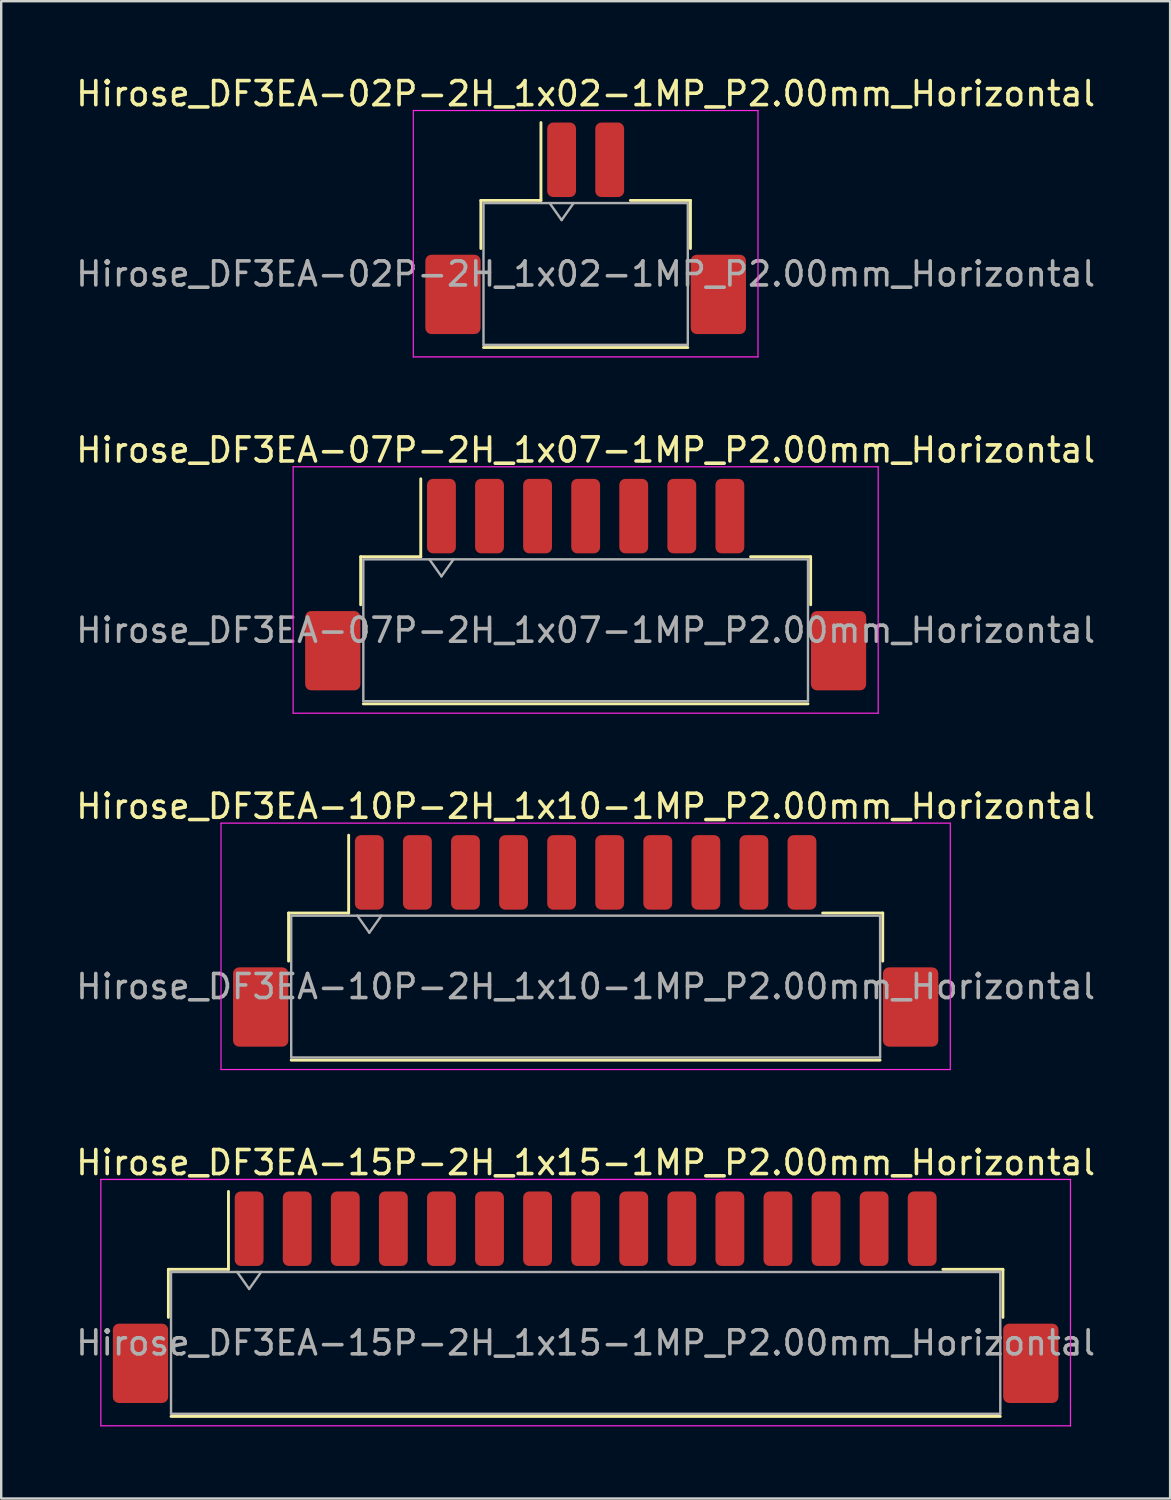
<source format=kicad_pcb>
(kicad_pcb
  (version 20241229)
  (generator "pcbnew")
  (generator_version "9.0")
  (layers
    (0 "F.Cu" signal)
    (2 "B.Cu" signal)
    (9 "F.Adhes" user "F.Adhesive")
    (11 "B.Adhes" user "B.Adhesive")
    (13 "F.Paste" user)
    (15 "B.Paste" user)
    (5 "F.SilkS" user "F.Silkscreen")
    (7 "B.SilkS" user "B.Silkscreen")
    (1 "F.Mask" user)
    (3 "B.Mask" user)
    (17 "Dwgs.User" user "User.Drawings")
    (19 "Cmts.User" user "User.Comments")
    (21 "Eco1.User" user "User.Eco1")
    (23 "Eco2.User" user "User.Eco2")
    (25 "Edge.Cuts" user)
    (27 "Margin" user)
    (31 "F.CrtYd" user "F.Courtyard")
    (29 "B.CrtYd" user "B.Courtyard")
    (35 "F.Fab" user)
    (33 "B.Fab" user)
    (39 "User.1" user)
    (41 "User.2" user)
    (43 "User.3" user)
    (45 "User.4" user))
  (footprint "Hirose_DF3EA-07P-2H_1x07-1MP_P2.00mm_Horizontal"
    (layer "F.Cu")
    (at 21.315 21.271)
    (property "Reference" "Hirose_DF3EA-07P-2H_1x07-1MP_P2.00mm_Horizontal" (at 0 -5.6 0) (layer "F.SilkS") (effects (font (size 1 1) (thickness 0.15))))
    (attr smd)
    (fp_line (start -9.36 -1.16) (end -6.86 -1.16) (stroke (width 0.12) (type solid)) (layer "F.SilkS"))
    (fp_line (start -9.36 0.84) (end -9.36 -1.16) (stroke (width 0.12) (type solid)) (layer "F.SilkS"))
    (fp_line (start -9.25 4.96) (end 9.25 4.96) (stroke (width 0.12) (type solid)) (layer "F.SilkS"))
    (fp_line (start -6.86 -1.16) (end -6.86 -4.4) (stroke (width 0.12) (type solid)) (layer "F.SilkS"))
    (fp_line (start 9.36 -1.16) (end 6.86 -1.16) (stroke (width 0.12) (type solid)) (layer "F.SilkS"))
    (fp_line (start 9.36 0.84) (end 9.36 -1.16) (stroke (width 0.12) (type solid)) (layer "F.SilkS"))
    (fp_line (start -12.17 -4.9) (end -12.17 5.35) (stroke (width 0.05) (type solid)) (layer "F.CrtYd"))
    (fp_line (start -12.17 5.35) (end 12.17 5.35) (stroke (width 0.05) (type solid)) (layer "F.CrtYd"))
    (fp_line (start 12.17 -4.9) (end -12.17 -4.9) (stroke (width 0.05) (type solid)) (layer "F.CrtYd"))
    (fp_line (start 12.17 5.35) (end 12.17 -4.9) (stroke (width 0.05) (type solid)) (layer "F.CrtYd"))
    (fp_line (start -9.25 -1.05) (end -9.25 4.85) (stroke (width 0.1) (type solid)) (layer "F.Fab"))
    (fp_line (start -9.25 -1.05) (end 9.25 -1.05) (stroke (width 0.1) (type solid)) (layer "F.Fab"))
    (fp_line (start -9.25 4.85) (end 9.25 4.85) (stroke (width 0.1) (type solid)) (layer "F.Fab"))
    (fp_line (start -6.5 -1.05) (end -6 -0.343) (stroke (width 0.1) (type solid)) (layer "F.Fab"))
    (fp_line (start -6 -0.343) (end -5.5 -1.05) (stroke (width 0.1) (type solid)) (layer "F.Fab"))
    (fp_line (start 9.25 -1.05) (end 9.25 4.85) (stroke (width 0.1) (type solid)) (layer "F.Fab"))
    (fp_text user "${REFERENCE}" (at 0 1.9 0) (layer "F.Fab") (effects (font (size 1 1) (thickness 0.15))))
    (pad "1" smd roundrect (at -6 -2.85) (size 1.2 3.1) (layers "F.Cu" "F.Mask" "F.Paste") (roundrect_rratio 0.208))
    (pad "2" smd roundrect (at -4 -2.85) (size 1.2 3.1) (layers "F.Cu" "F.Mask" "F.Paste") (roundrect_rratio 0.208))
    (pad "3" smd roundrect (at -2 -2.85) (size 1.2 3.1) (layers "F.Cu" "F.Mask" "F.Paste") (roundrect_rratio 0.208))
    (pad "4" smd roundrect (at 0 -2.85) (size 1.2 3.1) (layers "F.Cu" "F.Mask" "F.Paste") (roundrect_rratio 0.208))
    (pad "5" smd roundrect (at 2 -2.85) (size 1.2 3.1) (layers "F.Cu" "F.Mask" "F.Paste") (roundrect_rratio 0.208))
    (pad "6" smd roundrect (at 4 -2.85) (size 1.2 3.1) (layers "F.Cu" "F.Mask" "F.Paste") (roundrect_rratio 0.208))
    (pad "7" smd roundrect (at 6 -2.85) (size 1.2 3.1) (layers "F.Cu" "F.Mask" "F.Paste") (roundrect_rratio 0.208))
    (pad "MP" smd roundrect (at -10.52 2.75) (size 2.3 3.3) (layers "F.Cu" "F.Mask" "F.Paste") (roundrect_rratio 0.109))
    (pad "MP" smd roundrect (at 10.52 2.75) (size 2.3 3.3) (layers "F.Cu" "F.Mask" "F.Paste") (roundrect_rratio 0.109)))
  (footprint "Hirose_DF3EA-10P-2H_1x10-1MP_P2.00mm_Horizontal"
    (layer "F.Cu")
    (at 21.315 36.095)
    (property "Reference" "Hirose_DF3EA-10P-2H_1x10-1MP_P2.00mm_Horizontal" (at 0 -5.6 0) (layer "F.SilkS") (effects (font (size 1 1) (thickness 0.15))))
    (attr smd)
    (fp_line (start -12.36 -1.16) (end -9.86 -1.16) (stroke (width 0.12) (type solid)) (layer "F.SilkS"))
    (fp_line (start -12.36 0.84) (end -12.36 -1.16) (stroke (width 0.12) (type solid)) (layer "F.SilkS"))
    (fp_line (start -12.25 4.96) (end 12.25 4.96) (stroke (width 0.12) (type solid)) (layer "F.SilkS"))
    (fp_line (start -9.86 -1.16) (end -9.86 -4.4) (stroke (width 0.12) (type solid)) (layer "F.SilkS"))
    (fp_line (start 12.36 -1.16) (end 9.86 -1.16) (stroke (width 0.12) (type solid)) (layer "F.SilkS"))
    (fp_line (start 12.36 0.84) (end 12.36 -1.16) (stroke (width 0.12) (type solid)) (layer "F.SilkS"))
    (fp_line (start -15.17 -4.9) (end -15.17 5.35) (stroke (width 0.05) (type solid)) (layer "F.CrtYd"))
    (fp_line (start -15.17 5.35) (end 15.17 5.35) (stroke (width 0.05) (type solid)) (layer "F.CrtYd"))
    (fp_line (start 15.17 -4.9) (end -15.17 -4.9) (stroke (width 0.05) (type solid)) (layer "F.CrtYd"))
    (fp_line (start 15.17 5.35) (end 15.17 -4.9) (stroke (width 0.05) (type solid)) (layer "F.CrtYd"))
    (fp_line (start -12.25 -1.05) (end -12.25 4.85) (stroke (width 0.1) (type solid)) (layer "F.Fab"))
    (fp_line (start -12.25 -1.05) (end 12.25 -1.05) (stroke (width 0.1) (type solid)) (layer "F.Fab"))
    (fp_line (start -12.25 4.85) (end 12.25 4.85) (stroke (width 0.1) (type solid)) (layer "F.Fab"))
    (fp_line (start -9.5 -1.05) (end -9 -0.343) (stroke (width 0.1) (type solid)) (layer "F.Fab"))
    (fp_line (start -9 -0.343) (end -8.5 -1.05) (stroke (width 0.1) (type solid)) (layer "F.Fab"))
    (fp_line (start 12.25 -1.05) (end 12.25 4.85) (stroke (width 0.1) (type solid)) (layer "F.Fab"))
    (fp_text user "${REFERENCE}" (at 0 1.9 0) (layer "F.Fab") (effects (font (size 1 1) (thickness 0.15))))
    (pad "1" smd roundrect (at -9 -2.85) (size 1.2 3.1) (layers "F.Cu" "F.Mask" "F.Paste") (roundrect_rratio 0.208))
    (pad "2" smd roundrect (at -7 -2.85) (size 1.2 3.1) (layers "F.Cu" "F.Mask" "F.Paste") (roundrect_rratio 0.208))
    (pad "3" smd roundrect (at -5 -2.85) (size 1.2 3.1) (layers "F.Cu" "F.Mask" "F.Paste") (roundrect_rratio 0.208))
    (pad "4" smd roundrect (at -3 -2.85) (size 1.2 3.1) (layers "F.Cu" "F.Mask" "F.Paste") (roundrect_rratio 0.208))
    (pad "5" smd roundrect (at -1 -2.85) (size 1.2 3.1) (layers "F.Cu" "F.Mask" "F.Paste") (roundrect_rratio 0.208))
    (pad "6" smd roundrect (at 1 -2.85) (size 1.2 3.1) (layers "F.Cu" "F.Mask" "F.Paste") (roundrect_rratio 0.208))
    (pad "7" smd roundrect (at 3 -2.85) (size 1.2 3.1) (layers "F.Cu" "F.Mask" "F.Paste") (roundrect_rratio 0.208))
    (pad "8" smd roundrect (at 5 -2.85) (size 1.2 3.1) (layers "F.Cu" "F.Mask" "F.Paste") (roundrect_rratio 0.208))
    (pad "9" smd roundrect (at 7 -2.85) (size 1.2 3.1) (layers "F.Cu" "F.Mask" "F.Paste") (roundrect_rratio 0.208))
    (pad "10" smd roundrect (at 9 -2.85) (size 1.2 3.1) (layers "F.Cu" "F.Mask" "F.Paste") (roundrect_rratio 0.208))
    (pad "MP" smd roundrect (at -13.52 2.75) (size 2.3 3.3) (layers "F.Cu" "F.Mask" "F.Paste") (roundrect_rratio 0.109))
    (pad "MP" smd roundrect (at 13.52 2.75) (size 2.3 3.3) (layers "F.Cu" "F.Mask" "F.Paste") (roundrect_rratio 0.109)))
  (footprint "Hirose_DF3EA-02P-2H_1x02-1MP_P2.00mm_Horizontal"
    (layer "F.Cu")
    (at 21.315 6.448)
    (property "Reference" "Hirose_DF3EA-02P-2H_1x02-1MP_P2.00mm_Horizontal" (at 0 -5.6 0) (layer "F.SilkS") (effects (font (size 1 1) (thickness 0.15))))
    (attr smd)
    (fp_line (start -4.36 -1.16) (end -1.86 -1.16) (stroke (width 0.12) (type solid)) (layer "F.SilkS"))
    (fp_line (start -4.36 0.84) (end -4.36 -1.16) (stroke (width 0.12) (type solid)) (layer "F.SilkS"))
    (fp_line (start -4.25 4.96) (end 4.25 4.96) (stroke (width 0.12) (type solid)) (layer "F.SilkS"))
    (fp_line (start -1.86 -1.16) (end -1.86 -4.4) (stroke (width 0.12) (type solid)) (layer "F.SilkS"))
    (fp_line (start 4.36 -1.16) (end 1.86 -1.16) (stroke (width 0.12) (type solid)) (layer "F.SilkS"))
    (fp_line (start 4.36 0.84) (end 4.36 -1.16) (stroke (width 0.12) (type solid)) (layer "F.SilkS"))
    (fp_line (start -7.17 -4.9) (end -7.17 5.35) (stroke (width 0.05) (type solid)) (layer "F.CrtYd"))
    (fp_line (start -7.17 5.35) (end 7.17 5.35) (stroke (width 0.05) (type solid)) (layer "F.CrtYd"))
    (fp_line (start 7.17 -4.9) (end -7.17 -4.9) (stroke (width 0.05) (type solid)) (layer "F.CrtYd"))
    (fp_line (start 7.17 5.35) (end 7.17 -4.9) (stroke (width 0.05) (type solid)) (layer "F.CrtYd"))
    (fp_line (start -4.25 -1.05) (end -4.25 4.85) (stroke (width 0.1) (type solid)) (layer "F.Fab"))
    (fp_line (start -4.25 -1.05) (end 4.25 -1.05) (stroke (width 0.1) (type solid)) (layer "F.Fab"))
    (fp_line (start -4.25 4.85) (end 4.25 4.85) (stroke (width 0.1) (type solid)) (layer "F.Fab"))
    (fp_line (start -1.5 -1.05) (end -1 -0.343) (stroke (width 0.1) (type solid)) (layer "F.Fab"))
    (fp_line (start -1 -0.343) (end -0.5 -1.05) (stroke (width 0.1) (type solid)) (layer "F.Fab"))
    (fp_line (start 4.25 -1.05) (end 4.25 4.85) (stroke (width 0.1) (type solid)) (layer "F.Fab"))
    (fp_text user "${REFERENCE}" (at 0 1.9 0) (layer "F.Fab") (effects (font (size 1 1) (thickness 0.15))))
    (pad "1" smd roundrect (at -1 -2.85) (size 1.2 3.1) (layers "F.Cu" "F.Mask" "F.Paste") (roundrect_rratio 0.208))
    (pad "2" smd roundrect (at 1 -2.85) (size 1.2 3.1) (layers "F.Cu" "F.Mask" "F.Paste") (roundrect_rratio 0.208))
    (pad "MP" smd roundrect (at -5.52 2.75) (size 2.3 3.3) (layers "F.Cu" "F.Mask" "F.Paste") (roundrect_rratio 0.109))
    (pad "MP" smd roundrect (at 5.52 2.75) (size 2.3 3.3) (layers "F.Cu" "F.Mask" "F.Paste") (roundrect_rratio 0.109)))
  (footprint "Hirose_DF3EA-15P-2H_1x15-1MP_P2.00mm_Horizontal"
    (layer "F.Cu")
    (at 21.315 50.918)
    (property "Reference" "Hirose_DF3EA-15P-2H_1x15-1MP_P2.00mm_Horizontal" (at 0 -5.6 0) (layer "F.SilkS") (effects (font (size 1 1) (thickness 0.15))))
    (attr smd)
    (fp_line (start -17.36 -1.16) (end -14.86 -1.16) (stroke (width 0.12) (type solid)) (layer "F.SilkS"))
    (fp_line (start -17.36 0.84) (end -17.36 -1.16) (stroke (width 0.12) (type solid)) (layer "F.SilkS"))
    (fp_line (start -17.25 4.96) (end 17.25 4.96) (stroke (width 0.12) (type solid)) (layer "F.SilkS"))
    (fp_line (start -14.86 -1.16) (end -14.86 -4.4) (stroke (width 0.12) (type solid)) (layer "F.SilkS"))
    (fp_line (start 17.36 -1.16) (end 14.86 -1.16) (stroke (width 0.12) (type solid)) (layer "F.SilkS"))
    (fp_line (start 17.36 0.84) (end 17.36 -1.16) (stroke (width 0.12) (type solid)) (layer "F.SilkS"))
    (fp_line (start -20.17 -4.9) (end -20.17 5.35) (stroke (width 0.05) (type solid)) (layer "F.CrtYd"))
    (fp_line (start -20.17 5.35) (end 20.17 5.35) (stroke (width 0.05) (type solid)) (layer "F.CrtYd"))
    (fp_line (start 20.17 -4.9) (end -20.17 -4.9) (stroke (width 0.05) (type solid)) (layer "F.CrtYd"))
    (fp_line (start 20.17 5.35) (end 20.17 -4.9) (stroke (width 0.05) (type solid)) (layer "F.CrtYd"))
    (fp_line (start -17.25 -1.05) (end -17.25 4.85) (stroke (width 0.1) (type solid)) (layer "F.Fab"))
    (fp_line (start -17.25 -1.05) (end 17.25 -1.05) (stroke (width 0.1) (type solid)) (layer "F.Fab"))
    (fp_line (start -17.25 4.85) (end 17.25 4.85) (stroke (width 0.1) (type solid)) (layer "F.Fab"))
    (fp_line (start -14.5 -1.05) (end -14 -0.343) (stroke (width 0.1) (type solid)) (layer "F.Fab"))
    (fp_line (start -14 -0.343) (end -13.5 -1.05) (stroke (width 0.1) (type solid)) (layer "F.Fab"))
    (fp_line (start 17.25 -1.05) (end 17.25 4.85) (stroke (width 0.1) (type solid)) (layer "F.Fab"))
    (fp_text user "${REFERENCE}" (at 0 1.9 0) (layer "F.Fab") (effects (font (size 1 1) (thickness 0.15))))
    (pad "1" smd roundrect (at -14 -2.85) (size 1.2 3.1) (layers "F.Cu" "F.Mask" "F.Paste") (roundrect_rratio 0.208))
    (pad "2" smd roundrect (at -12 -2.85) (size 1.2 3.1) (layers "F.Cu" "F.Mask" "F.Paste") (roundrect_rratio 0.208))
    (pad "3" smd roundrect (at -10 -2.85) (size 1.2 3.1) (layers "F.Cu" "F.Mask" "F.Paste") (roundrect_rratio 0.208))
    (pad "4" smd roundrect (at -8 -2.85) (size 1.2 3.1) (layers "F.Cu" "F.Mask" "F.Paste") (roundrect_rratio 0.208))
    (pad "5" smd roundrect (at -6 -2.85) (size 1.2 3.1) (layers "F.Cu" "F.Mask" "F.Paste") (roundrect_rratio 0.208))
    (pad "6" smd roundrect (at -4 -2.85) (size 1.2 3.1) (layers "F.Cu" "F.Mask" "F.Paste") (roundrect_rratio 0.208))
    (pad "7" smd roundrect (at -2 -2.85) (size 1.2 3.1) (layers "F.Cu" "F.Mask" "F.Paste") (roundrect_rratio 0.208))
    (pad "8" smd roundrect (at 0 -2.85) (size 1.2 3.1) (layers "F.Cu" "F.Mask" "F.Paste") (roundrect_rratio 0.208))
    (pad "9" smd roundrect (at 2 -2.85) (size 1.2 3.1) (layers "F.Cu" "F.Mask" "F.Paste") (roundrect_rratio 0.208))
    (pad "10" smd roundrect (at 4 -2.85) (size 1.2 3.1) (layers "F.Cu" "F.Mask" "F.Paste") (roundrect_rratio 0.208))
    (pad "11" smd roundrect (at 6 -2.85) (size 1.2 3.1) (layers "F.Cu" "F.Mask" "F.Paste") (roundrect_rratio 0.208))
    (pad "12" smd roundrect (at 8 -2.85) (size 1.2 3.1) (layers "F.Cu" "F.Mask" "F.Paste") (roundrect_rratio 0.208))
    (pad "13" smd roundrect (at 10 -2.85) (size 1.2 3.1) (layers "F.Cu" "F.Mask" "F.Paste") (roundrect_rratio 0.208))
    (pad "14" smd roundrect (at 12 -2.85) (size 1.2 3.1) (layers "F.Cu" "F.Mask" "F.Paste") (roundrect_rratio 0.208))
    (pad "15" smd roundrect (at 14 -2.85) (size 1.2 3.1) (layers "F.Cu" "F.Mask" "F.Paste") (roundrect_rratio 0.208))
    (pad "MP" smd roundrect (at -18.52 2.75) (size 2.3 3.3) (layers "F.Cu" "F.Mask" "F.Paste") (roundrect_rratio 0.109))
    (pad "MP" smd roundrect (at 18.52 2.75) (size 2.3 3.3) (layers "F.Cu" "F.Mask" "F.Paste") (roundrect_rratio 0.109)))
  (gr_rect
    (start -3 -3)
    (end 45.631 59.293)
    (stroke (width 0.1) (type default))
    (fill no)
    (layer "Edge.Cuts")))
</source>
